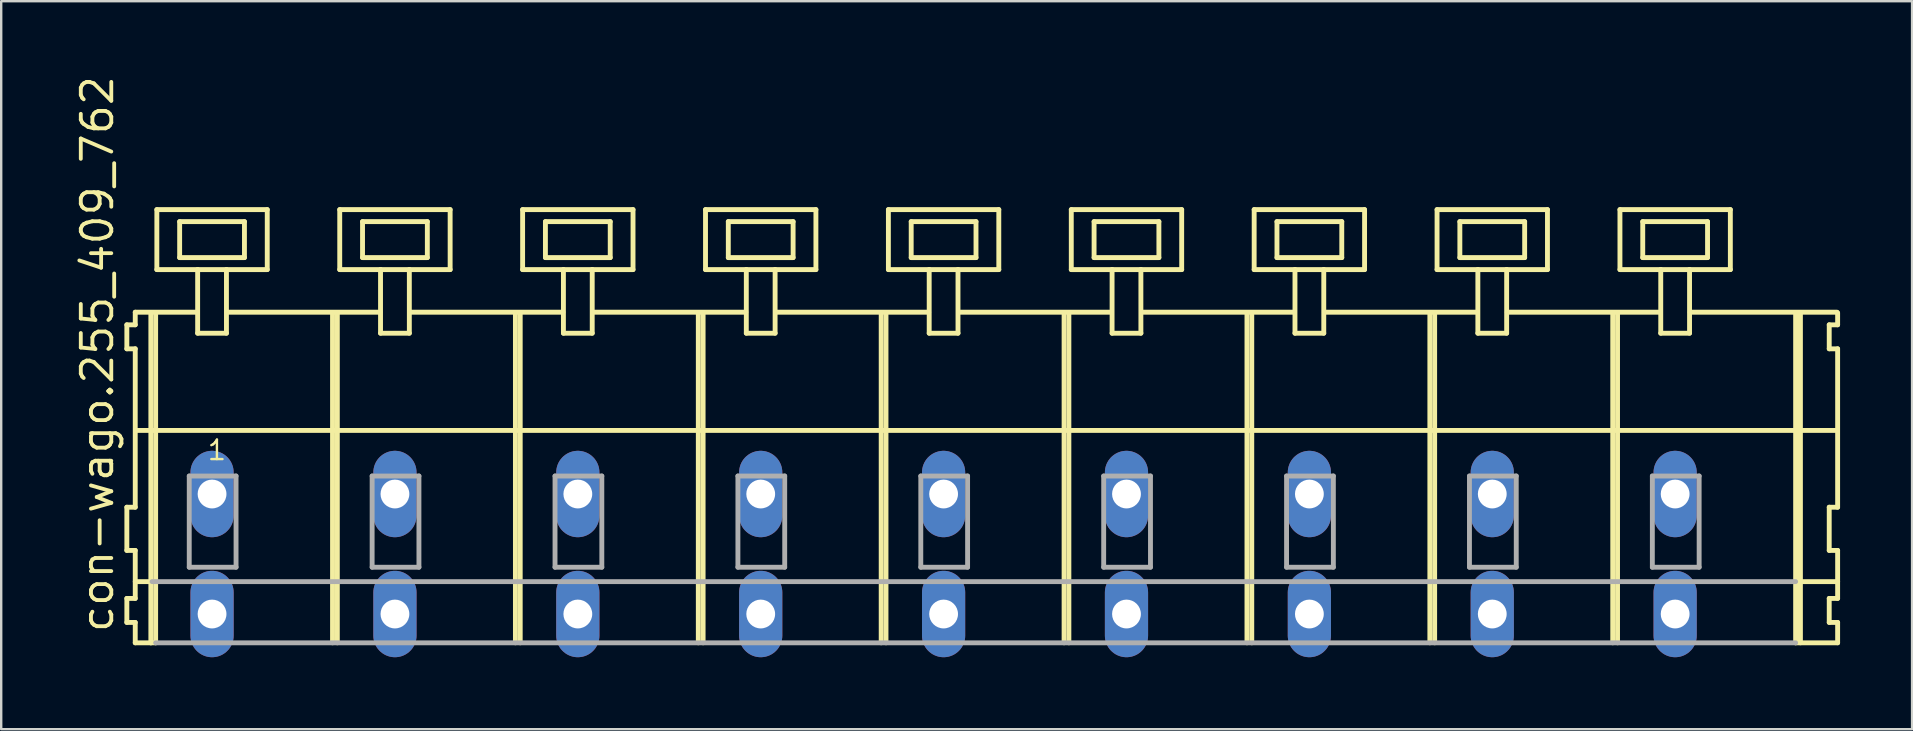
<source format=kicad_pcb>
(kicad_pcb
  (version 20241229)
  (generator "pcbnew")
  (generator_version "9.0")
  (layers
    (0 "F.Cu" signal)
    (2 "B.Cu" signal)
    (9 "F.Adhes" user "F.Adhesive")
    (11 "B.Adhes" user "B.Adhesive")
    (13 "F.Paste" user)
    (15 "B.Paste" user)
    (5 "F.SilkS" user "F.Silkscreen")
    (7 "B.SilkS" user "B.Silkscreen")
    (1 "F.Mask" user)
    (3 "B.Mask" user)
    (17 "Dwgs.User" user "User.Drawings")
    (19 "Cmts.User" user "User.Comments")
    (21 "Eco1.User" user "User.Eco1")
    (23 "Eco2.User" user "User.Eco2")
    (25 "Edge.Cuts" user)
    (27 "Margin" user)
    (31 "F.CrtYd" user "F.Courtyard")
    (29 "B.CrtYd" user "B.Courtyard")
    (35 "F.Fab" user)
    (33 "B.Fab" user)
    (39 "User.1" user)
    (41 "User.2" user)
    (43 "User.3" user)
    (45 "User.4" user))
  (footprint "con-wago.255_409_762"
    (layer "F.Cu")
    (at 33.725 17.533)
    (property "Reference" "con-wago.255_409_762" (at -31.975 5.855 90) (layer "F.SilkS") (effects (font (size 1.27 1.27) (thickness 0.16)) (justify left bottom)))
    (attr through_hole)
    (fp_line (start -31.49 -7.05) (end -31.49 -6.05) (stroke (width 0.203) (type default)) (layer "F.SilkS"))
    (fp_line (start -31.49 -6.05) (end -31.14 -6.05) (stroke (width 0.203) (type default)) (layer "F.SilkS"))
    (fp_line (start -31.49 0.55) (end -31.49 2.35) (stroke (width 0.203) (type default)) (layer "F.SilkS"))
    (fp_line (start -31.49 2.35) (end -31.14 2.35) (stroke (width 0.203) (type default)) (layer "F.SilkS"))
    (fp_line (start -31.49 4.35) (end -31.49 5.35) (stroke (width 0.203) (type default)) (layer "F.SilkS"))
    (fp_line (start -31.49 5.35) (end -31.14 5.35) (stroke (width 0.203) (type default)) (layer "F.SilkS"))
    (fp_line (start -31.14 -7.575) (end -31.14 -7.05) (stroke (width 0.203) (type default)) (layer "F.SilkS"))
    (fp_line (start -31.14 -7.575) (end -28.565 -7.575) (stroke (width 0.203) (type default)) (layer "F.SilkS"))
    (fp_line (start -31.14 -7.05) (end -31.49 -7.05) (stroke (width 0.203) (type default)) (layer "F.SilkS"))
    (fp_line (start -31.14 -6.05) (end -31.14 0.55) (stroke (width 0.203) (type default)) (layer "F.SilkS"))
    (fp_line (start -31.14 0.55) (end -31.49 0.55) (stroke (width 0.203) (type default)) (layer "F.SilkS"))
    (fp_line (start -31.14 2.35) (end -31.14 4.35) (stroke (width 0.203) (type default)) (layer "F.SilkS"))
    (fp_line (start -31.14 3.65) (end -30.44 3.65) (stroke (width 0.203) (type default)) (layer "F.SilkS"))
    (fp_line (start -31.14 4.35) (end -31.49 4.35) (stroke (width 0.203) (type default)) (layer "F.SilkS"))
    (fp_line (start -31.14 5.35) (end -31.14 6.2) (stroke (width 0.203) (type default)) (layer "F.SilkS"))
    (fp_line (start -31.14 6.2) (end -30.49 6.2) (stroke (width 0.203) (type default)) (layer "F.SilkS"))
    (fp_line (start -31.09 -2.65) (end 39.74 -2.65) (stroke (width 0.203) (type default)) (layer "F.SilkS"))
    (fp_line (start -30.49 -7.55) (end -30.49 6.2) (stroke (width 0.203) (type default)) (layer "F.SilkS"))
    (fp_line (start -30.49 6.2) (end -30.29 6.2) (stroke (width 0.203) (type default)) (layer "F.SilkS"))
    (fp_line (start -30.29 -7.55) (end -30.29 6.2) (stroke (width 0.203) (type default)) (layer "F.SilkS"))
    (fp_line (start -30.24 -11.85) (end -30.24 -9.35) (stroke (width 0.203) (type default)) (layer "F.SilkS"))
    (fp_line (start -30.24 -9.35) (end -28.54 -9.35) (stroke (width 0.203) (type default)) (layer "F.SilkS"))
    (fp_line (start -29.29 -11.35) (end -29.29 -9.85) (stroke (width 0.203) (type default)) (layer "F.SilkS"))
    (fp_line (start -29.29 -9.85) (end -26.59 -9.85) (stroke (width 0.203) (type default)) (layer "F.SilkS"))
    (fp_line (start -28.54 -9.35) (end -28.54 -6.7) (stroke (width 0.203) (type default)) (layer "F.SilkS"))
    (fp_line (start -28.54 -9.35) (end -27.34 -9.35) (stroke (width 0.203) (type default)) (layer "F.SilkS"))
    (fp_line (start -28.54 -6.7) (end -27.34 -6.7) (stroke (width 0.203) (type default)) (layer "F.SilkS"))
    (fp_line (start -27.34 -9.35) (end -25.64 -9.35) (stroke (width 0.203) (type default)) (layer "F.SilkS"))
    (fp_line (start -27.34 -6.7) (end -27.34 -9.35) (stroke (width 0.203) (type default)) (layer "F.SilkS"))
    (fp_line (start -27.315 -7.575) (end -20.941 -7.575) (stroke (width 0.203) (type default)) (layer "F.SilkS"))
    (fp_line (start -26.59 -11.35) (end -29.29 -11.35) (stroke (width 0.203) (type default)) (layer "F.SilkS"))
    (fp_line (start -26.59 -9.85) (end -26.59 -11.35) (stroke (width 0.203) (type default)) (layer "F.SilkS"))
    (fp_line (start -25.64 -11.85) (end -30.24 -11.85) (stroke (width 0.203) (type default)) (layer "F.SilkS"))
    (fp_line (start -25.64 -9.35) (end -25.64 -11.85) (stroke (width 0.203) (type default)) (layer "F.SilkS"))
    (fp_line (start -22.92 -7.55) (end -22.92 6.2) (stroke (width 0.203) (type default)) (layer "F.SilkS"))
    (fp_line (start -22.72 -7.55) (end -22.72 6.2) (stroke (width 0.203) (type default)) (layer "F.SilkS"))
    (fp_line (start -22.62 -11.85) (end -22.62 -9.35) (stroke (width 0.203) (type default)) (layer "F.SilkS"))
    (fp_line (start -22.62 -9.35) (end -20.92 -9.35) (stroke (width 0.203) (type default)) (layer "F.SilkS"))
    (fp_line (start -21.67 -11.35) (end -21.67 -9.85) (stroke (width 0.203) (type default)) (layer "F.SilkS"))
    (fp_line (start -21.67 -9.85) (end -18.97 -9.85) (stroke (width 0.203) (type default)) (layer "F.SilkS"))
    (fp_line (start -20.92 -9.35) (end -20.92 -6.7) (stroke (width 0.203) (type default)) (layer "F.SilkS"))
    (fp_line (start -20.92 -9.35) (end -19.72 -9.35) (stroke (width 0.203) (type default)) (layer "F.SilkS"))
    (fp_line (start -20.92 -6.7) (end -19.72 -6.7) (stroke (width 0.203) (type default)) (layer "F.SilkS"))
    (fp_line (start -19.72 -9.35) (end -18.02 -9.35) (stroke (width 0.203) (type default)) (layer "F.SilkS"))
    (fp_line (start -19.72 -6.7) (end -19.72 -9.35) (stroke (width 0.203) (type default)) (layer "F.SilkS"))
    (fp_line (start -19.695 -7.575) (end -13.321 -7.575) (stroke (width 0.203) (type default)) (layer "F.SilkS"))
    (fp_line (start -18.97 -11.35) (end -21.67 -11.35) (stroke (width 0.203) (type default)) (layer "F.SilkS"))
    (fp_line (start -18.97 -9.85) (end -18.97 -11.35) (stroke (width 0.203) (type default)) (layer "F.SilkS"))
    (fp_line (start -18.02 -11.85) (end -22.62 -11.85) (stroke (width 0.203) (type default)) (layer "F.SilkS"))
    (fp_line (start -18.02 -9.35) (end -18.02 -11.85) (stroke (width 0.203) (type default)) (layer "F.SilkS"))
    (fp_line (start -15.3 -7.55) (end -15.3 6.2) (stroke (width 0.203) (type default)) (layer "F.SilkS"))
    (fp_line (start -15.1 -7.55) (end -15.1 6.2) (stroke (width 0.203) (type default)) (layer "F.SilkS"))
    (fp_line (start -15 -11.85) (end -15 -9.35) (stroke (width 0.203) (type default)) (layer "F.SilkS"))
    (fp_line (start -15 -9.35) (end -13.3 -9.35) (stroke (width 0.203) (type default)) (layer "F.SilkS"))
    (fp_line (start -14.05 -11.35) (end -14.05 -9.85) (stroke (width 0.203) (type default)) (layer "F.SilkS"))
    (fp_line (start -14.05 -9.85) (end -11.35 -9.85) (stroke (width 0.203) (type default)) (layer "F.SilkS"))
    (fp_line (start -13.3 -9.35) (end -13.3 -6.7) (stroke (width 0.203) (type default)) (layer "F.SilkS"))
    (fp_line (start -13.3 -9.35) (end -12.1 -9.35) (stroke (width 0.203) (type default)) (layer "F.SilkS"))
    (fp_line (start -13.3 -6.7) (end -12.1 -6.7) (stroke (width 0.203) (type default)) (layer "F.SilkS"))
    (fp_line (start -12.1 -9.35) (end -10.4 -9.35) (stroke (width 0.203) (type default)) (layer "F.SilkS"))
    (fp_line (start -12.1 -6.7) (end -12.1 -9.35) (stroke (width 0.203) (type default)) (layer "F.SilkS"))
    (fp_line (start -12.075 -7.575) (end -5.701 -7.575) (stroke (width 0.203) (type default)) (layer "F.SilkS"))
    (fp_line (start -11.35 -11.35) (end -14.05 -11.35) (stroke (width 0.203) (type default)) (layer "F.SilkS"))
    (fp_line (start -11.35 -9.85) (end -11.35 -11.35) (stroke (width 0.203) (type default)) (layer "F.SilkS"))
    (fp_line (start -10.4 -11.85) (end -15 -11.85) (stroke (width 0.203) (type default)) (layer "F.SilkS"))
    (fp_line (start -10.4 -9.35) (end -10.4 -11.85) (stroke (width 0.203) (type default)) (layer "F.SilkS"))
    (fp_line (start -7.68 -7.55) (end -7.68 6.2) (stroke (width 0.203) (type default)) (layer "F.SilkS"))
    (fp_line (start -7.48 -7.55) (end -7.48 6.2) (stroke (width 0.203) (type default)) (layer "F.SilkS"))
    (fp_line (start -7.38 -11.85) (end -7.38 -9.35) (stroke (width 0.203) (type default)) (layer "F.SilkS"))
    (fp_line (start -7.38 -9.35) (end -5.68 -9.35) (stroke (width 0.203) (type default)) (layer "F.SilkS"))
    (fp_line (start -6.43 -11.35) (end -6.43 -9.85) (stroke (width 0.203) (type default)) (layer "F.SilkS"))
    (fp_line (start -6.43 -9.85) (end -3.73 -9.85) (stroke (width 0.203) (type default)) (layer "F.SilkS"))
    (fp_line (start -5.68 -9.35) (end -5.68 -6.7) (stroke (width 0.203) (type default)) (layer "F.SilkS"))
    (fp_line (start -5.68 -9.35) (end -4.48 -9.35) (stroke (width 0.203) (type default)) (layer "F.SilkS"))
    (fp_line (start -5.68 -6.7) (end -4.48 -6.7) (stroke (width 0.203) (type default)) (layer "F.SilkS"))
    (fp_line (start -4.48 -9.35) (end -2.78 -9.35) (stroke (width 0.203) (type default)) (layer "F.SilkS"))
    (fp_line (start -4.48 -6.7) (end -4.48 -9.35) (stroke (width 0.203) (type default)) (layer "F.SilkS"))
    (fp_line (start -4.455 -7.575) (end 1.919 -7.575) (stroke (width 0.203) (type default)) (layer "F.SilkS"))
    (fp_line (start -3.73 -11.35) (end -6.43 -11.35) (stroke (width 0.203) (type default)) (layer "F.SilkS"))
    (fp_line (start -3.73 -9.85) (end -3.73 -11.35) (stroke (width 0.203) (type default)) (layer "F.SilkS"))
    (fp_line (start -2.78 -11.85) (end -7.38 -11.85) (stroke (width 0.203) (type default)) (layer "F.SilkS"))
    (fp_line (start -2.78 -9.35) (end -2.78 -11.85) (stroke (width 0.203) (type default)) (layer "F.SilkS"))
    (fp_line (start -0.06 -7.55) (end -0.06 6.2) (stroke (width 0.203) (type default)) (layer "F.SilkS"))
    (fp_line (start 0.14 -7.55) (end 0.14 6.2) (stroke (width 0.203) (type default)) (layer "F.SilkS"))
    (fp_line (start 0.24 -11.85) (end 0.24 -9.35) (stroke (width 0.203) (type default)) (layer "F.SilkS"))
    (fp_line (start 0.24 -9.35) (end 1.94 -9.35) (stroke (width 0.203) (type default)) (layer "F.SilkS"))
    (fp_line (start 1.19 -11.35) (end 1.19 -9.85) (stroke (width 0.203) (type default)) (layer "F.SilkS"))
    (fp_line (start 1.19 -9.85) (end 3.89 -9.85) (stroke (width 0.203) (type default)) (layer "F.SilkS"))
    (fp_line (start 1.94 -9.35) (end 1.94 -6.7) (stroke (width 0.203) (type default)) (layer "F.SilkS"))
    (fp_line (start 1.94 -9.35) (end 3.14 -9.35) (stroke (width 0.203) (type default)) (layer "F.SilkS"))
    (fp_line (start 1.94 -6.7) (end 3.14 -6.7) (stroke (width 0.203) (type default)) (layer "F.SilkS"))
    (fp_line (start 3.14 -9.35) (end 4.84 -9.35) (stroke (width 0.203) (type default)) (layer "F.SilkS"))
    (fp_line (start 3.14 -6.7) (end 3.14 -9.35) (stroke (width 0.203) (type default)) (layer "F.SilkS"))
    (fp_line (start 3.165 -7.575) (end 9.539 -7.575) (stroke (width 0.203) (type default)) (layer "F.SilkS"))
    (fp_line (start 3.89 -11.35) (end 1.19 -11.35) (stroke (width 0.203) (type default)) (layer "F.SilkS"))
    (fp_line (start 3.89 -9.85) (end 3.89 -11.35) (stroke (width 0.203) (type default)) (layer "F.SilkS"))
    (fp_line (start 4.84 -11.85) (end 0.24 -11.85) (stroke (width 0.203) (type default)) (layer "F.SilkS"))
    (fp_line (start 4.84 -9.35) (end 4.84 -11.85) (stroke (width 0.203) (type default)) (layer "F.SilkS"))
    (fp_line (start 7.56 -7.55) (end 7.56 6.2) (stroke (width 0.203) (type default)) (layer "F.SilkS"))
    (fp_line (start 7.76 -7.55) (end 7.76 6.2) (stroke (width 0.203) (type default)) (layer "F.SilkS"))
    (fp_line (start 7.86 -11.85) (end 7.86 -9.35) (stroke (width 0.203) (type default)) (layer "F.SilkS"))
    (fp_line (start 7.86 -9.35) (end 9.56 -9.35) (stroke (width 0.203) (type default)) (layer "F.SilkS"))
    (fp_line (start 8.81 -11.35) (end 8.81 -9.85) (stroke (width 0.203) (type default)) (layer "F.SilkS"))
    (fp_line (start 8.81 -9.85) (end 11.51 -9.85) (stroke (width 0.203) (type default)) (layer "F.SilkS"))
    (fp_line (start 9.56 -9.35) (end 9.56 -6.7) (stroke (width 0.203) (type default)) (layer "F.SilkS"))
    (fp_line (start 9.56 -9.35) (end 10.76 -9.35) (stroke (width 0.203) (type default)) (layer "F.SilkS"))
    (fp_line (start 9.56 -6.7) (end 10.76 -6.7) (stroke (width 0.203) (type default)) (layer "F.SilkS"))
    (fp_line (start 10.76 -9.35) (end 12.46 -9.35) (stroke (width 0.203) (type default)) (layer "F.SilkS"))
    (fp_line (start 10.76 -6.7) (end 10.76 -9.35) (stroke (width 0.203) (type default)) (layer "F.SilkS"))
    (fp_line (start 10.785 -7.575) (end 17.159 -7.575) (stroke (width 0.203) (type default)) (layer "F.SilkS"))
    (fp_line (start 11.51 -11.35) (end 8.81 -11.35) (stroke (width 0.203) (type default)) (layer "F.SilkS"))
    (fp_line (start 11.51 -9.85) (end 11.51 -11.35) (stroke (width 0.203) (type default)) (layer "F.SilkS"))
    (fp_line (start 12.46 -11.85) (end 7.86 -11.85) (stroke (width 0.203) (type default)) (layer "F.SilkS"))
    (fp_line (start 12.46 -9.35) (end 12.46 -11.85) (stroke (width 0.203) (type default)) (layer "F.SilkS"))
    (fp_line (start 15.18 -7.55) (end 15.18 6.2) (stroke (width 0.203) (type default)) (layer "F.SilkS"))
    (fp_line (start 15.38 -7.55) (end 15.38 6.2) (stroke (width 0.203) (type default)) (layer "F.SilkS"))
    (fp_line (start 15.48 -11.85) (end 15.48 -9.35) (stroke (width 0.203) (type default)) (layer "F.SilkS"))
    (fp_line (start 15.48 -9.35) (end 17.18 -9.35) (stroke (width 0.203) (type default)) (layer "F.SilkS"))
    (fp_line (start 16.43 -11.35) (end 16.43 -9.85) (stroke (width 0.203) (type default)) (layer "F.SilkS"))
    (fp_line (start 16.43 -9.85) (end 19.13 -9.85) (stroke (width 0.203) (type default)) (layer "F.SilkS"))
    (fp_line (start 17.18 -9.35) (end 17.18 -6.7) (stroke (width 0.203) (type default)) (layer "F.SilkS"))
    (fp_line (start 17.18 -9.35) (end 18.38 -9.35) (stroke (width 0.203) (type default)) (layer "F.SilkS"))
    (fp_line (start 17.18 -6.7) (end 18.38 -6.7) (stroke (width 0.203) (type default)) (layer "F.SilkS"))
    (fp_line (start 18.38 -9.35) (end 20.08 -9.35) (stroke (width 0.203) (type default)) (layer "F.SilkS"))
    (fp_line (start 18.38 -6.7) (end 18.38 -9.35) (stroke (width 0.203) (type default)) (layer "F.SilkS"))
    (fp_line (start 18.405 -7.575) (end 24.779 -7.575) (stroke (width 0.203) (type default)) (layer "F.SilkS"))
    (fp_line (start 19.13 -11.35) (end 16.43 -11.35) (stroke (width 0.203) (type default)) (layer "F.SilkS"))
    (fp_line (start 19.13 -9.85) (end 19.13 -11.35) (stroke (width 0.203) (type default)) (layer "F.SilkS"))
    (fp_line (start 20.08 -11.85) (end 15.48 -11.85) (stroke (width 0.203) (type default)) (layer "F.SilkS"))
    (fp_line (start 20.08 -9.35) (end 20.08 -11.85) (stroke (width 0.203) (type default)) (layer "F.SilkS"))
    (fp_line (start 22.8 -7.55) (end 22.8 6.2) (stroke (width 0.203) (type default)) (layer "F.SilkS"))
    (fp_line (start 23 -7.55) (end 23 6.2) (stroke (width 0.203) (type default)) (layer "F.SilkS"))
    (fp_line (start 23.1 -11.85) (end 23.1 -9.35) (stroke (width 0.203) (type default)) (layer "F.SilkS"))
    (fp_line (start 23.1 -9.35) (end 24.8 -9.35) (stroke (width 0.203) (type default)) (layer "F.SilkS"))
    (fp_line (start 24.05 -11.35) (end 24.05 -9.85) (stroke (width 0.203) (type default)) (layer "F.SilkS"))
    (fp_line (start 24.05 -9.85) (end 26.75 -9.85) (stroke (width 0.203) (type default)) (layer "F.SilkS"))
    (fp_line (start 24.8 -9.35) (end 24.8 -6.7) (stroke (width 0.203) (type default)) (layer "F.SilkS"))
    (fp_line (start 24.8 -9.35) (end 26 -9.35) (stroke (width 0.203) (type default)) (layer "F.SilkS"))
    (fp_line (start 24.8 -6.7) (end 26 -6.7) (stroke (width 0.203) (type default)) (layer "F.SilkS"))
    (fp_line (start 26 -9.35) (end 27.7 -9.35) (stroke (width 0.203) (type default)) (layer "F.SilkS"))
    (fp_line (start 26 -6.7) (end 26 -9.35) (stroke (width 0.203) (type default)) (layer "F.SilkS"))
    (fp_line (start 26.025 -7.575) (end 32.399 -7.575) (stroke (width 0.203) (type default)) (layer "F.SilkS"))
    (fp_line (start 26.75 -11.35) (end 24.05 -11.35) (stroke (width 0.203) (type default)) (layer "F.SilkS"))
    (fp_line (start 26.75 -9.85) (end 26.75 -11.35) (stroke (width 0.203) (type default)) (layer "F.SilkS"))
    (fp_line (start 27.7 -11.85) (end 23.1 -11.85) (stroke (width 0.203) (type default)) (layer "F.SilkS"))
    (fp_line (start 27.7 -9.35) (end 27.7 -11.85) (stroke (width 0.203) (type default)) (layer "F.SilkS"))
    (fp_line (start 30.42 -7.55) (end 30.42 6.2) (stroke (width 0.203) (type default)) (layer "F.SilkS"))
    (fp_line (start 30.62 -7.55) (end 30.62 6.2) (stroke (width 0.203) (type default)) (layer "F.SilkS"))
    (fp_line (start 30.72 -11.85) (end 30.72 -9.35) (stroke (width 0.203) (type default)) (layer "F.SilkS"))
    (fp_line (start 30.72 -9.35) (end 32.42 -9.35) (stroke (width 0.203) (type default)) (layer "F.SilkS"))
    (fp_line (start 31.67 -11.35) (end 31.67 -9.85) (stroke (width 0.203) (type default)) (layer "F.SilkS"))
    (fp_line (start 31.67 -9.85) (end 34.37 -9.85) (stroke (width 0.203) (type default)) (layer "F.SilkS"))
    (fp_line (start 32.42 -9.35) (end 32.42 -6.7) (stroke (width 0.203) (type default)) (layer "F.SilkS"))
    (fp_line (start 32.42 -9.35) (end 33.62 -9.35) (stroke (width 0.203) (type default)) (layer "F.SilkS"))
    (fp_line (start 32.42 -6.7) (end 33.62 -6.7) (stroke (width 0.203) (type default)) (layer "F.SilkS"))
    (fp_line (start 33.62 -9.35) (end 35.32 -9.35) (stroke (width 0.203) (type default)) (layer "F.SilkS"))
    (fp_line (start 33.62 -6.7) (end 33.62 -9.35) (stroke (width 0.203) (type default)) (layer "F.SilkS"))
    (fp_line (start 33.645 -7.575) (end 39.765 -7.575) (stroke (width 0.203) (type default)) (layer "F.SilkS"))
    (fp_line (start 34.37 -11.35) (end 31.67 -11.35) (stroke (width 0.203) (type default)) (layer "F.SilkS"))
    (fp_line (start 34.37 -9.85) (end 34.37 -11.35) (stroke (width 0.203) (type default)) (layer "F.SilkS"))
    (fp_line (start 35.32 -11.85) (end 30.72 -11.85) (stroke (width 0.203) (type default)) (layer "F.SilkS"))
    (fp_line (start 35.32 -9.35) (end 35.32 -11.85) (stroke (width 0.203) (type default)) (layer "F.SilkS"))
    (fp_line (start 38.04 -7.55) (end 38.04 6.2) (stroke (width 0.203) (type default)) (layer "F.SilkS"))
    (fp_line (start 38.04 6.2) (end 39.79 6.2) (stroke (width 0.203) (type default)) (layer "F.SilkS"))
    (fp_line (start 38.09 3.65) (end 39.79 3.65) (stroke (width 0.203) (type default)) (layer "F.SilkS"))
    (fp_line (start 38.24 -7.55) (end 38.24 6.2) (stroke (width 0.203) (type default)) (layer "F.SilkS"))
    (fp_line (start 39.44 -7.05) (end 39.44 -6.05) (stroke (width 0.203) (type default)) (layer "F.SilkS"))
    (fp_line (start 39.44 -6.05) (end 39.79 -6.05) (stroke (width 0.203) (type default)) (layer "F.SilkS"))
    (fp_line (start 39.44 0.55) (end 39.44 2.35) (stroke (width 0.203) (type default)) (layer "F.SilkS"))
    (fp_line (start 39.44 2.35) (end 39.79 2.35) (stroke (width 0.203) (type default)) (layer "F.SilkS"))
    (fp_line (start 39.44 4.35) (end 39.44 5.35) (stroke (width 0.203) (type default)) (layer "F.SilkS"))
    (fp_line (start 39.44 5.35) (end 39.79 5.35) (stroke (width 0.203) (type default)) (layer "F.SilkS"))
    (fp_line (start 39.79 -7.05) (end 39.44 -7.05) (stroke (width 0.203) (type default)) (layer "F.SilkS"))
    (fp_line (start 39.79 -7.05) (end 39.79 -7.55) (stroke (width 0.203) (type default)) (layer "F.SilkS"))
    (fp_line (start 39.79 0.55) (end 39.44 0.55) (stroke (width 0.203) (type default)) (layer "F.SilkS"))
    (fp_line (start 39.79 0.55) (end 39.79 -6.05) (stroke (width 0.203) (type default)) (layer "F.SilkS"))
    (fp_line (start 39.79 3.65) (end 39.79 2.35) (stroke (width 0.203) (type default)) (layer "F.SilkS"))
    (fp_line (start 39.79 4.35) (end 39.44 4.35) (stroke (width 0.203) (type default)) (layer "F.SilkS"))
    (fp_line (start 39.79 4.35) (end 39.79 3.65) (stroke (width 0.203) (type default)) (layer "F.SilkS"))
    (fp_line (start 39.79 6.2) (end 39.79 5.35) (stroke (width 0.203) (type default)) (layer "F.SilkS"))
    (fp_line (start -30.44 3.65) (end 38.04 3.65) (stroke (width 0.203) (type default)) (layer "F.Fab"))
    (fp_line (start -30.29 6.2) (end 38.04 6.2) (stroke (width 0.203) (type default)) (layer "F.Fab"))
    (fp_line (start -28.89 -0.75) (end -28.89 3.05) (stroke (width 0.203) (type default)) (layer "F.Fab"))
    (fp_line (start -28.89 3.05) (end -26.94 3.05) (stroke (width 0.203) (type default)) (layer "F.Fab"))
    (fp_line (start -26.94 -0.75) (end -28.89 -0.75) (stroke (width 0.203) (type default)) (layer "F.Fab"))
    (fp_line (start -26.94 3.05) (end -26.94 -0.75) (stroke (width 0.203) (type default)) (layer "F.Fab"))
    (fp_line (start -21.27 -0.75) (end -21.27 3.05) (stroke (width 0.203) (type default)) (layer "F.Fab"))
    (fp_line (start -21.27 3.05) (end -19.32 3.05) (stroke (width 0.203) (type default)) (layer "F.Fab"))
    (fp_line (start -19.32 -0.75) (end -21.27 -0.75) (stroke (width 0.203) (type default)) (layer "F.Fab"))
    (fp_line (start -19.32 3.05) (end -19.32 -0.75) (stroke (width 0.203) (type default)) (layer "F.Fab"))
    (fp_line (start -13.65 -0.75) (end -13.65 3.05) (stroke (width 0.203) (type default)) (layer "F.Fab"))
    (fp_line (start -13.65 3.05) (end -11.7 3.05) (stroke (width 0.203) (type default)) (layer "F.Fab"))
    (fp_line (start -11.7 -0.75) (end -13.65 -0.75) (stroke (width 0.203) (type default)) (layer "F.Fab"))
    (fp_line (start -11.7 3.05) (end -11.7 -0.75) (stroke (width 0.203) (type default)) (layer "F.Fab"))
    (fp_line (start -6.03 -0.75) (end -6.03 3.05) (stroke (width 0.203) (type default)) (layer "F.Fab"))
    (fp_line (start -6.03 3.05) (end -4.08 3.05) (stroke (width 0.203) (type default)) (layer "F.Fab"))
    (fp_line (start -4.08 -0.75) (end -6.03 -0.75) (stroke (width 0.203) (type default)) (layer "F.Fab"))
    (fp_line (start -4.08 3.05) (end -4.08 -0.75) (stroke (width 0.203) (type default)) (layer "F.Fab"))
    (fp_line (start 1.59 -0.75) (end 1.59 3.05) (stroke (width 0.203) (type default)) (layer "F.Fab"))
    (fp_line (start 1.59 3.05) (end 3.54 3.05) (stroke (width 0.203) (type default)) (layer "F.Fab"))
    (fp_line (start 3.54 -0.75) (end 1.59 -0.75) (stroke (width 0.203) (type default)) (layer "F.Fab"))
    (fp_line (start 3.54 3.05) (end 3.54 -0.75) (stroke (width 0.203) (type default)) (layer "F.Fab"))
    (fp_line (start 9.21 -0.75) (end 9.21 3.05) (stroke (width 0.203) (type default)) (layer "F.Fab"))
    (fp_line (start 9.21 3.05) (end 11.16 3.05) (stroke (width 0.203) (type default)) (layer "F.Fab"))
    (fp_line (start 11.16 -0.75) (end 9.21 -0.75) (stroke (width 0.203) (type default)) (layer "F.Fab"))
    (fp_line (start 11.16 3.05) (end 11.16 -0.75) (stroke (width 0.203) (type default)) (layer "F.Fab"))
    (fp_line (start 16.83 -0.75) (end 16.83 3.05) (stroke (width 0.203) (type default)) (layer "F.Fab"))
    (fp_line (start 16.83 3.05) (end 18.78 3.05) (stroke (width 0.203) (type default)) (layer "F.Fab"))
    (fp_line (start 18.78 -0.75) (end 16.83 -0.75) (stroke (width 0.203) (type default)) (layer "F.Fab"))
    (fp_line (start 18.78 3.05) (end 18.78 -0.75) (stroke (width 0.203) (type default)) (layer "F.Fab"))
    (fp_line (start 24.45 -0.75) (end 24.45 3.05) (stroke (width 0.203) (type default)) (layer "F.Fab"))
    (fp_line (start 24.45 3.05) (end 26.4 3.05) (stroke (width 0.203) (type default)) (layer "F.Fab"))
    (fp_line (start 26.4 -0.75) (end 24.45 -0.75) (stroke (width 0.203) (type default)) (layer "F.Fab"))
    (fp_line (start 26.4 3.05) (end 26.4 -0.75) (stroke (width 0.203) (type default)) (layer "F.Fab"))
    (fp_line (start 32.07 -0.75) (end 32.07 3.05) (stroke (width 0.203) (type default)) (layer "F.Fab"))
    (fp_line (start 32.07 3.05) (end 34.02 3.05) (stroke (width 0.203) (type default)) (layer "F.Fab"))
    (fp_line (start 34.02 -0.75) (end 32.07 -0.75) (stroke (width 0.203) (type default)) (layer "F.Fab"))
    (fp_line (start 34.02 3.05) (end 34.02 -0.75) (stroke (width 0.203) (type default)) (layer "F.Fab"))
    (fp_text user "1" (at -28.19 -1.35 0) (layer "F.SilkS") (effects (font (size 0.813 0.813) (thickness 0.1)) (justify left bottom)))
    (pad "A1" thru_hole oval (at -27.94 0 90) (size 3.6 1.8) (drill 1.2) (layers "*.Cu" "*.Mask"))
    (pad "A2" thru_hole oval (at -20.32 0 90) (size 3.6 1.8) (drill 1.2) (layers "*.Cu" "*.Mask"))
    (pad "A3" thru_hole oval (at -12.7 0 90) (size 3.6 1.8) (drill 1.2) (layers "*.Cu" "*.Mask"))
    (pad "A4" thru_hole oval (at -5.08 0 90) (size 3.6 1.8) (drill 1.2) (layers "*.Cu" "*.Mask"))
    (pad "A5" thru_hole oval (at 2.54 0 90) (size 3.6 1.8) (drill 1.2) (layers "*.Cu" "*.Mask"))
    (pad "A6" thru_hole oval (at 10.16 0 90) (size 3.6 1.8) (drill 1.2) (layers "*.Cu" "*.Mask"))
    (pad "A7" thru_hole oval (at 17.78 0 90) (size 3.6 1.8) (drill 1.2) (layers "*.Cu" "*.Mask"))
    (pad "A8" thru_hole oval (at 25.4 0 90) (size 3.6 1.8) (drill 1.2) (layers "*.Cu" "*.Mask"))
    (pad "A9" thru_hole oval (at 33.02 0 90) (size 3.6 1.8) (drill 1.2) (layers "*.Cu" "*.Mask"))
    (pad "B1" thru_hole oval (at -27.94 5 90) (size 3.6 1.8) (drill 1.2) (layers "*.Cu" "*.Mask"))
    (pad "B2" thru_hole oval (at -20.32 5 90) (size 3.6 1.8) (drill 1.2) (layers "*.Cu" "*.Mask"))
    (pad "B3" thru_hole oval (at -12.7 5 90) (size 3.6 1.8) (drill 1.2) (layers "*.Cu" "*.Mask"))
    (pad "B4" thru_hole oval (at -5.08 5 90) (size 3.6 1.8) (drill 1.2) (layers "*.Cu" "*.Mask"))
    (pad "B5" thru_hole oval (at 2.54 5 90) (size 3.6 1.8) (drill 1.2) (layers "*.Cu" "*.Mask"))
    (pad "B6" thru_hole oval (at 10.16 5 90) (size 3.6 1.8) (drill 1.2) (layers "*.Cu" "*.Mask"))
    (pad "B7" thru_hole oval (at 17.78 5 90) (size 3.6 1.8) (drill 1.2) (layers "*.Cu" "*.Mask"))
    (pad "B8" thru_hole oval (at 25.4 5 90) (size 3.6 1.8) (drill 1.2) (layers "*.Cu" "*.Mask"))
    (pad "B9" thru_hole oval (at 33.02 5 90) (size 3.6 1.8) (drill 1.2) (layers "*.Cu" "*.Mask")))
  (gr_rect
    (start -3 -3)
    (end 76.617 27.333)
    (stroke (width 0.1) (type default))
    (fill no)
    (layer "Edge.Cuts")))
</source>
